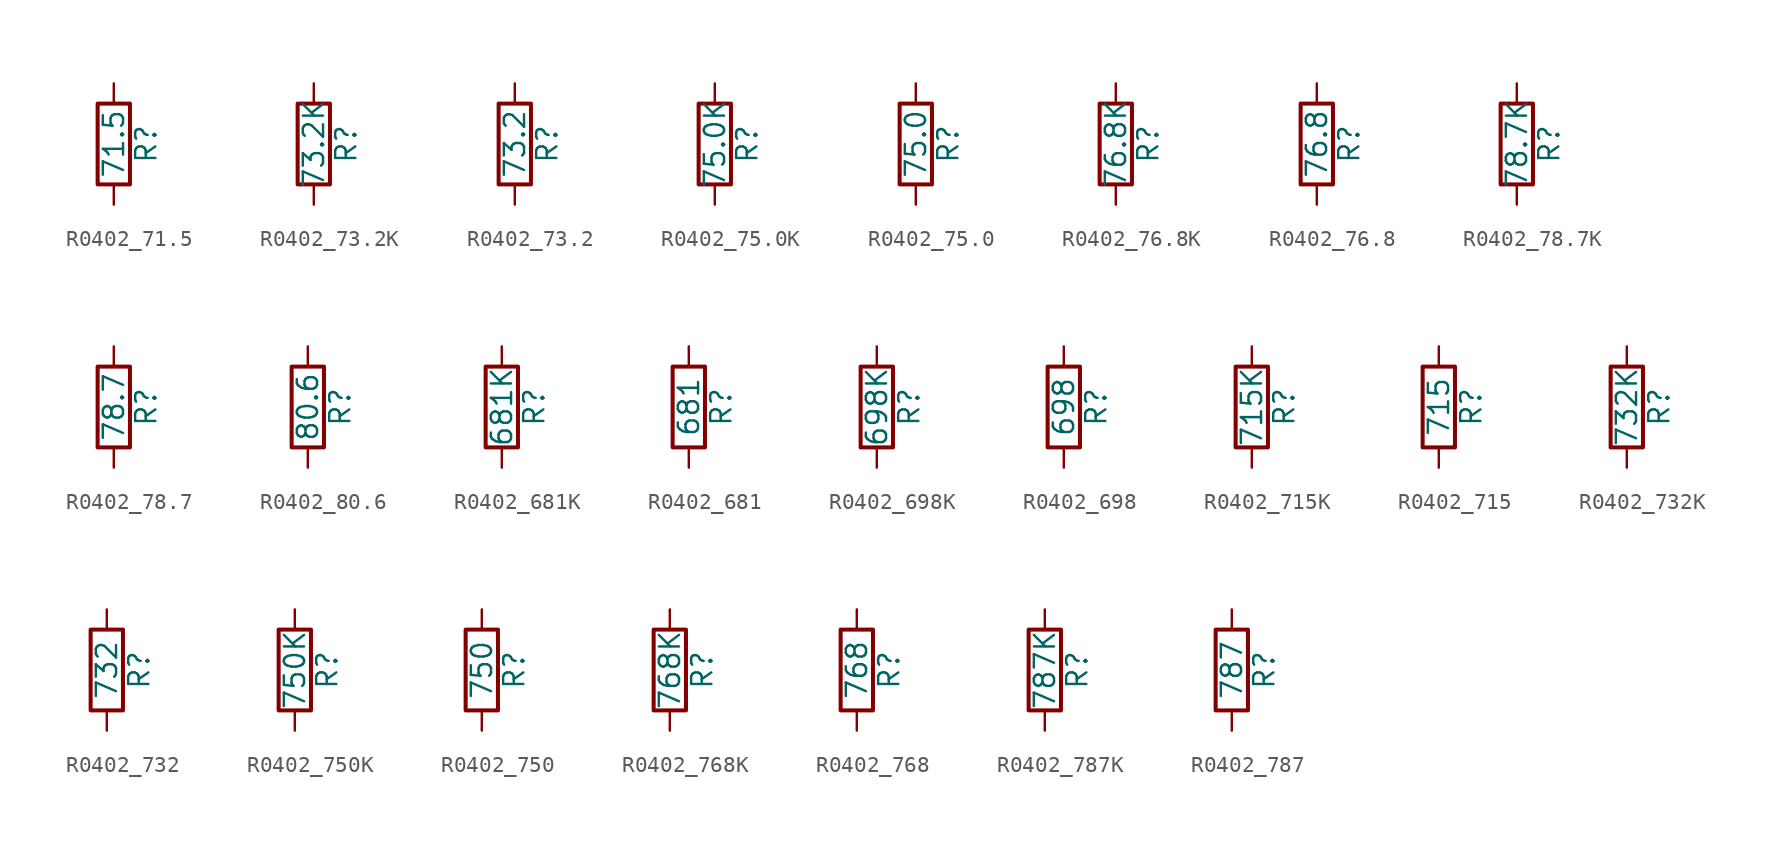
<source format=kicad_sym>
(kicad_symbol_lib
  (version 20211014)
  (generator atlantix-eda)
  (symbol "R0402_71.5"
    (pin_numbers hide)
    (pin_names
      (offset 0))
    (property "Reference" "R"
      (at 2.032 0 90)
      (effects (font (size 1.27 1.27))))
    (property "Value" "71.5"
      (at 0 0 90)
      (effects (font (size 1.27 1.27))))
    (symbol "R0402_71.5_0_1"
      (rectangle (start -1.016 -2.54) (end 1.016 2.54) (stroke (width 0.254) (type default) (color 0 0 0 0)) (fill (type none))))
    (symbol "R0402_71.5_1_1"
      (pin passive line (at 0 3.81 270) (length 1.27) (name "~" (effects (font (size 1.27 1.27)))) (number "1" (effects (font (size 1.27 1.27)))))
      (pin passive line (at 0 -3.81 90) (length 1.27) (name "~" (effects (font (size 1.27 1.27)))) (number "2" (effects (font (size 1.27 1.27)))))))
  (symbol "R0402_73.2K"
    (pin_numbers hide)
    (pin_names
      (offset 0))
    (property "Reference" "R"
      (at 2.032 0 90)
      (effects (font (size 1.27 1.27))))
    (property "Value" "73.2K"
      (at 0 0 90)
      (effects (font (size 1.27 1.27))))
    (symbol "R0402_73.2K_0_1"
      (rectangle (start -1.016 -2.54) (end 1.016 2.54) (stroke (width 0.254) (type default) (color 0 0 0 0)) (fill (type none))))
    (symbol "R0402_73.2K_1_1"
      (pin passive line (at 0 3.81 270) (length 1.27) (name "~" (effects (font (size 1.27 1.27)))) (number "1" (effects (font (size 1.27 1.27)))))
      (pin passive line (at 0 -3.81 90) (length 1.27) (name "~" (effects (font (size 1.27 1.27)))) (number "2" (effects (font (size 1.27 1.27)))))))
  (symbol "R0402_73.2"
    (pin_numbers hide)
    (pin_names
      (offset 0))
    (property "Reference" "R"
      (at 2.032 0 90)
      (effects (font (size 1.27 1.27))))
    (property "Value" "73.2"
      (at 0 0 90)
      (effects (font (size 1.27 1.27))))
    (symbol "R0402_73.2_0_1"
      (rectangle (start -1.016 -2.54) (end 1.016 2.54) (stroke (width 0.254) (type default) (color 0 0 0 0)) (fill (type none))))
    (symbol "R0402_73.2_1_1"
      (pin passive line (at 0 3.81 270) (length 1.27) (name "~" (effects (font (size 1.27 1.27)))) (number "1" (effects (font (size 1.27 1.27)))))
      (pin passive line (at 0 -3.81 90) (length 1.27) (name "~" (effects (font (size 1.27 1.27)))) (number "2" (effects (font (size 1.27 1.27)))))))
  (symbol "R0402_75.0K"
    (pin_numbers hide)
    (pin_names
      (offset 0))
    (property "Reference" "R"
      (at 2.032 0 90)
      (effects (font (size 1.27 1.27))))
    (property "Value" "75.0K"
      (at 0 0 90)
      (effects (font (size 1.27 1.27))))
    (symbol "R0402_75.0K_0_1"
      (rectangle (start -1.016 -2.54) (end 1.016 2.54) (stroke (width 0.254) (type default) (color 0 0 0 0)) (fill (type none))))
    (symbol "R0402_75.0K_1_1"
      (pin passive line (at 0 3.81 270) (length 1.27) (name "~" (effects (font (size 1.27 1.27)))) (number "1" (effects (font (size 1.27 1.27)))))
      (pin passive line (at 0 -3.81 90) (length 1.27) (name "~" (effects (font (size 1.27 1.27)))) (number "2" (effects (font (size 1.27 1.27)))))))
  (symbol "R0402_75.0"
    (pin_numbers hide)
    (pin_names
      (offset 0))
    (property "Reference" "R"
      (at 2.032 0 90)
      (effects (font (size 1.27 1.27))))
    (property "Value" "75.0"
      (at 0 0 90)
      (effects (font (size 1.27 1.27))))
    (symbol "R0402_75.0_0_1"
      (rectangle (start -1.016 -2.54) (end 1.016 2.54) (stroke (width 0.254) (type default) (color 0 0 0 0)) (fill (type none))))
    (symbol "R0402_75.0_1_1"
      (pin passive line (at 0 3.81 270) (length 1.27) (name "~" (effects (font (size 1.27 1.27)))) (number "1" (effects (font (size 1.27 1.27)))))
      (pin passive line (at 0 -3.81 90) (length 1.27) (name "~" (effects (font (size 1.27 1.27)))) (number "2" (effects (font (size 1.27 1.27)))))))
  (symbol "R0402_76.8K"
    (pin_numbers hide)
    (pin_names
      (offset 0))
    (property "Reference" "R"
      (at 2.032 0 90)
      (effects (font (size 1.27 1.27))))
    (property "Value" "76.8K"
      (at 0 0 90)
      (effects (font (size 1.27 1.27))))
    (symbol "R0402_76.8K_0_1"
      (rectangle (start -1.016 -2.54) (end 1.016 2.54) (stroke (width 0.254) (type default) (color 0 0 0 0)) (fill (type none))))
    (symbol "R0402_76.8K_1_1"
      (pin passive line (at 0 3.81 270) (length 1.27) (name "~" (effects (font (size 1.27 1.27)))) (number "1" (effects (font (size 1.27 1.27)))))
      (pin passive line (at 0 -3.81 90) (length 1.27) (name "~" (effects (font (size 1.27 1.27)))) (number "2" (effects (font (size 1.27 1.27)))))))
  (symbol "R0402_76.8"
    (pin_numbers hide)
    (pin_names
      (offset 0))
    (property "Reference" "R"
      (at 2.032 0 90)
      (effects (font (size 1.27 1.27))))
    (property "Value" "76.8"
      (at 0 0 90)
      (effects (font (size 1.27 1.27))))
    (symbol "R0402_76.8_0_1"
      (rectangle (start -1.016 -2.54) (end 1.016 2.54) (stroke (width 0.254) (type default) (color 0 0 0 0)) (fill (type none))))
    (symbol "R0402_76.8_1_1"
      (pin passive line (at 0 3.81 270) (length 1.27) (name "~" (effects (font (size 1.27 1.27)))) (number "1" (effects (font (size 1.27 1.27)))))
      (pin passive line (at 0 -3.81 90) (length 1.27) (name "~" (effects (font (size 1.27 1.27)))) (number "2" (effects (font (size 1.27 1.27)))))))
  (symbol "R0402_78.7K"
    (pin_numbers hide)
    (pin_names
      (offset 0))
    (property "Reference" "R"
      (at 2.032 0 90)
      (effects (font (size 1.27 1.27))))
    (property "Value" "78.7K"
      (at 0 0 90)
      (effects (font (size 1.27 1.27))))
    (symbol "R0402_78.7K_0_1"
      (rectangle (start -1.016 -2.54) (end 1.016 2.54) (stroke (width 0.254) (type default) (color 0 0 0 0)) (fill (type none))))
    (symbol "R0402_78.7K_1_1"
      (pin passive line (at 0 3.81 270) (length 1.27) (name "~" (effects (font (size 1.27 1.27)))) (number "1" (effects (font (size 1.27 1.27)))))
      (pin passive line (at 0 -3.81 90) (length 1.27) (name "~" (effects (font (size 1.27 1.27)))) (number "2" (effects (font (size 1.27 1.27)))))))
  (symbol "R0402_78.7"
    (pin_numbers hide)
    (pin_names
      (offset 0))
    (property "Reference" "R"
      (at 2.032 0 90)
      (effects (font (size 1.27 1.27))))
    (property "Value" "78.7"
      (at 0 0 90)
      (effects (font (size 1.27 1.27))))
    (symbol "R0402_78.7_0_1"
      (rectangle (start -1.016 -2.54) (end 1.016 2.54) (stroke (width 0.254) (type default) (color 0 0 0 0)) (fill (type none))))
    (symbol "R0402_78.7_1_1"
      (pin passive line (at 0 3.81 270) (length 1.27) (name "~" (effects (font (size 1.27 1.27)))) (number "1" (effects (font (size 1.27 1.27)))))
      (pin passive line (at 0 -3.81 90) (length 1.27) (name "~" (effects (font (size 1.27 1.27)))) (number "2" (effects (font (size 1.27 1.27)))))))
  (symbol "R0402_80.6"
    (pin_numbers hide)
    (pin_names
      (offset 0))
    (property "Reference" "R"
      (at 2.032 0 90)
      (effects (font (size 1.27 1.27))))
    (property "Value" "80.6"
      (at 0 0 90)
      (effects (font (size 1.27 1.27))))
    (symbol "R0402_80.6_0_1"
      (rectangle (start -1.016 -2.54) (end 1.016 2.54) (stroke (width 0.254) (type default) (color 0 0 0 0)) (fill (type none))))
    (symbol "R0402_80.6_1_1"
      (pin passive line (at 0 3.81 270) (length 1.27) (name "~" (effects (font (size 1.27 1.27)))) (number "1" (effects (font (size 1.27 1.27)))))
      (pin passive line (at 0 -3.81 90) (length 1.27) (name "~" (effects (font (size 1.27 1.27)))) (number "2" (effects (font (size 1.27 1.27)))))))
  (symbol "R0402_681K"
    (pin_numbers hide)
    (pin_names
      (offset 0))
    (property "Reference" "R"
      (at 2.032 0 90)
      (effects (font (size 1.27 1.27))))
    (property "Value" "681K"
      (at 0 0 90)
      (effects (font (size 1.27 1.27))))
    (symbol "R0402_681K_0_1"
      (rectangle (start -1.016 -2.54) (end 1.016 2.54) (stroke (width 0.254) (type default) (color 0 0 0 0)) (fill (type none))))
    (symbol "R0402_681K_1_1"
      (pin passive line (at 0 3.81 270) (length 1.27) (name "~" (effects (font (size 1.27 1.27)))) (number "1" (effects (font (size 1.27 1.27)))))
      (pin passive line (at 0 -3.81 90) (length 1.27) (name "~" (effects (font (size 1.27 1.27)))) (number "2" (effects (font (size 1.27 1.27)))))))
  (symbol "R0402_681"
    (pin_numbers hide)
    (pin_names
      (offset 0))
    (property "Reference" "R"
      (at 2.032 0 90)
      (effects (font (size 1.27 1.27))))
    (property "Value" "681"
      (at 0 0 90)
      (effects (font (size 1.27 1.27))))
    (symbol "R0402_681_0_1"
      (rectangle (start -1.016 -2.54) (end 1.016 2.54) (stroke (width 0.254) (type default) (color 0 0 0 0)) (fill (type none))))
    (symbol "R0402_681_1_1"
      (pin passive line (at 0 3.81 270) (length 1.27) (name "~" (effects (font (size 1.27 1.27)))) (number "1" (effects (font (size 1.27 1.27)))))
      (pin passive line (at 0 -3.81 90) (length 1.27) (name "~" (effects (font (size 1.27 1.27)))) (number "2" (effects (font (size 1.27 1.27)))))))
  (symbol "R0402_698K"
    (pin_numbers hide)
    (pin_names
      (offset 0))
    (property "Reference" "R"
      (at 2.032 0 90)
      (effects (font (size 1.27 1.27))))
    (property "Value" "698K"
      (at 0 0 90)
      (effects (font (size 1.27 1.27))))
    (symbol "R0402_698K_0_1"
      (rectangle (start -1.016 -2.54) (end 1.016 2.54) (stroke (width 0.254) (type default) (color 0 0 0 0)) (fill (type none))))
    (symbol "R0402_698K_1_1"
      (pin passive line (at 0 3.81 270) (length 1.27) (name "~" (effects (font (size 1.27 1.27)))) (number "1" (effects (font (size 1.27 1.27)))))
      (pin passive line (at 0 -3.81 90) (length 1.27) (name "~" (effects (font (size 1.27 1.27)))) (number "2" (effects (font (size 1.27 1.27)))))))
  (symbol "R0402_698"
    (pin_numbers hide)
    (pin_names
      (offset 0))
    (property "Reference" "R"
      (at 2.032 0 90)
      (effects (font (size 1.27 1.27))))
    (property "Value" "698"
      (at 0 0 90)
      (effects (font (size 1.27 1.27))))
    (symbol "R0402_698_0_1"
      (rectangle (start -1.016 -2.54) (end 1.016 2.54) (stroke (width 0.254) (type default) (color 0 0 0 0)) (fill (type none))))
    (symbol "R0402_698_1_1"
      (pin passive line (at 0 3.81 270) (length 1.27) (name "~" (effects (font (size 1.27 1.27)))) (number "1" (effects (font (size 1.27 1.27)))))
      (pin passive line (at 0 -3.81 90) (length 1.27) (name "~" (effects (font (size 1.27 1.27)))) (number "2" (effects (font (size 1.27 1.27)))))))
  (symbol "R0402_715K"
    (pin_numbers hide)
    (pin_names
      (offset 0))
    (property "Reference" "R"
      (at 2.032 0 90)
      (effects (font (size 1.27 1.27))))
    (property "Value" "715K"
      (at 0 0 90)
      (effects (font (size 1.27 1.27))))
    (symbol "R0402_715K_0_1"
      (rectangle (start -1.016 -2.54) (end 1.016 2.54) (stroke (width 0.254) (type default) (color 0 0 0 0)) (fill (type none))))
    (symbol "R0402_715K_1_1"
      (pin passive line (at 0 3.81 270) (length 1.27) (name "~" (effects (font (size 1.27 1.27)))) (number "1" (effects (font (size 1.27 1.27)))))
      (pin passive line (at 0 -3.81 90) (length 1.27) (name "~" (effects (font (size 1.27 1.27)))) (number "2" (effects (font (size 1.27 1.27)))))))
  (symbol "R0402_715"
    (pin_numbers hide)
    (pin_names
      (offset 0))
    (property "Reference" "R"
      (at 2.032 0 90)
      (effects (font (size 1.27 1.27))))
    (property "Value" "715"
      (at 0 0 90)
      (effects (font (size 1.27 1.27))))
    (symbol "R0402_715_0_1"
      (rectangle (start -1.016 -2.54) (end 1.016 2.54) (stroke (width 0.254) (type default) (color 0 0 0 0)) (fill (type none))))
    (symbol "R0402_715_1_1"
      (pin passive line (at 0 3.81 270) (length 1.27) (name "~" (effects (font (size 1.27 1.27)))) (number "1" (effects (font (size 1.27 1.27)))))
      (pin passive line (at 0 -3.81 90) (length 1.27) (name "~" (effects (font (size 1.27 1.27)))) (number "2" (effects (font (size 1.27 1.27)))))))
  (symbol "R0402_732K"
    (pin_numbers hide)
    (pin_names
      (offset 0))
    (property "Reference" "R"
      (at 2.032 0 90)
      (effects (font (size 1.27 1.27))))
    (property "Value" "732K"
      (at 0 0 90)
      (effects (font (size 1.27 1.27))))
    (symbol "R0402_732K_0_1"
      (rectangle (start -1.016 -2.54) (end 1.016 2.54) (stroke (width 0.254) (type default) (color 0 0 0 0)) (fill (type none))))
    (symbol "R0402_732K_1_1"
      (pin passive line (at 0 3.81 270) (length 1.27) (name "~" (effects (font (size 1.27 1.27)))) (number "1" (effects (font (size 1.27 1.27)))))
      (pin passive line (at 0 -3.81 90) (length 1.27) (name "~" (effects (font (size 1.27 1.27)))) (number "2" (effects (font (size 1.27 1.27)))))))
  (symbol "R0402_732"
    (pin_numbers hide)
    (pin_names
      (offset 0))
    (property "Reference" "R"
      (at 2.032 0 90)
      (effects (font (size 1.27 1.27))))
    (property "Value" "732"
      (at 0 0 90)
      (effects (font (size 1.27 1.27))))
    (symbol "R0402_732_0_1"
      (rectangle (start -1.016 -2.54) (end 1.016 2.54) (stroke (width 0.254) (type default) (color 0 0 0 0)) (fill (type none))))
    (symbol "R0402_732_1_1"
      (pin passive line (at 0 3.81 270) (length 1.27) (name "~" (effects (font (size 1.27 1.27)))) (number "1" (effects (font (size 1.27 1.27)))))
      (pin passive line (at 0 -3.81 90) (length 1.27) (name "~" (effects (font (size 1.27 1.27)))) (number "2" (effects (font (size 1.27 1.27)))))))
  (symbol "R0402_750K"
    (pin_numbers hide)
    (pin_names
      (offset 0))
    (property "Reference" "R"
      (at 2.032 0 90)
      (effects (font (size 1.27 1.27))))
    (property "Value" "750K"
      (at 0 0 90)
      (effects (font (size 1.27 1.27))))
    (symbol "R0402_750K_0_1"
      (rectangle (start -1.016 -2.54) (end 1.016 2.54) (stroke (width 0.254) (type default) (color 0 0 0 0)) (fill (type none))))
    (symbol "R0402_750K_1_1"
      (pin passive line (at 0 3.81 270) (length 1.27) (name "~" (effects (font (size 1.27 1.27)))) (number "1" (effects (font (size 1.27 1.27)))))
      (pin passive line (at 0 -3.81 90) (length 1.27) (name "~" (effects (font (size 1.27 1.27)))) (number "2" (effects (font (size 1.27 1.27)))))))
  (symbol "R0402_750"
    (pin_numbers hide)
    (pin_names
      (offset 0))
    (property "Reference" "R"
      (at 2.032 0 90)
      (effects (font (size 1.27 1.27))))
    (property "Value" "750"
      (at 0 0 90)
      (effects (font (size 1.27 1.27))))
    (symbol "R0402_750_0_1"
      (rectangle (start -1.016 -2.54) (end 1.016 2.54) (stroke (width 0.254) (type default) (color 0 0 0 0)) (fill (type none))))
    (symbol "R0402_750_1_1"
      (pin passive line (at 0 3.81 270) (length 1.27) (name "~" (effects (font (size 1.27 1.27)))) (number "1" (effects (font (size 1.27 1.27)))))
      (pin passive line (at 0 -3.81 90) (length 1.27) (name "~" (effects (font (size 1.27 1.27)))) (number "2" (effects (font (size 1.27 1.27)))))))
  (symbol "R0402_768K"
    (pin_numbers hide)
    (pin_names
      (offset 0))
    (property "Reference" "R"
      (at 2.032 0 90)
      (effects (font (size 1.27 1.27))))
    (property "Value" "768K"
      (at 0 0 90)
      (effects (font (size 1.27 1.27))))
    (symbol "R0402_768K_0_1"
      (rectangle (start -1.016 -2.54) (end 1.016 2.54) (stroke (width 0.254) (type default) (color 0 0 0 0)) (fill (type none))))
    (symbol "R0402_768K_1_1"
      (pin passive line (at 0 3.81 270) (length 1.27) (name "~" (effects (font (size 1.27 1.27)))) (number "1" (effects (font (size 1.27 1.27)))))
      (pin passive line (at 0 -3.81 90) (length 1.27) (name "~" (effects (font (size 1.27 1.27)))) (number "2" (effects (font (size 1.27 1.27)))))))
  (symbol "R0402_768"
    (pin_numbers hide)
    (pin_names
      (offset 0))
    (property "Reference" "R"
      (at 2.032 0 90)
      (effects (font (size 1.27 1.27))))
    (property "Value" "768"
      (at 0 0 90)
      (effects (font (size 1.27 1.27))))
    (symbol "R0402_768_0_1"
      (rectangle (start -1.016 -2.54) (end 1.016 2.54) (stroke (width 0.254) (type default) (color 0 0 0 0)) (fill (type none))))
    (symbol "R0402_768_1_1"
      (pin passive line (at 0 3.81 270) (length 1.27) (name "~" (effects (font (size 1.27 1.27)))) (number "1" (effects (font (size 1.27 1.27)))))
      (pin passive line (at 0 -3.81 90) (length 1.27) (name "~" (effects (font (size 1.27 1.27)))) (number "2" (effects (font (size 1.27 1.27)))))))
  (symbol "R0402_787K"
    (pin_numbers hide)
    (pin_names
      (offset 0))
    (property "Reference" "R"
      (at 2.032 0 90)
      (effects (font (size 1.27 1.27))))
    (property "Value" "787K"
      (at 0 0 90)
      (effects (font (size 1.27 1.27))))
    (symbol "R0402_787K_0_1"
      (rectangle (start -1.016 -2.54) (end 1.016 2.54) (stroke (width 0.254) (type default) (color 0 0 0 0)) (fill (type none))))
    (symbol "R0402_787K_1_1"
      (pin passive line (at 0 3.81 270) (length 1.27) (name "~" (effects (font (size 1.27 1.27)))) (number "1" (effects (font (size 1.27 1.27)))))
      (pin passive line (at 0 -3.81 90) (length 1.27) (name "~" (effects (font (size 1.27 1.27)))) (number "2" (effects (font (size 1.27 1.27)))))))
  (symbol "R0402_787"
    (pin_numbers hide)
    (pin_names
      (offset 0))
    (property "Reference" "R"
      (at 2.032 0 90)
      (effects (font (size 1.27 1.27))))
    (property "Value" "787"
      (at 0 0 90)
      (effects (font (size 1.27 1.27))))
    (symbol "R0402_787_0_1"
      (rectangle (start -1.016 -2.54) (end 1.016 2.54) (stroke (width 0.254) (type default) (color 0 0 0 0)) (fill (type none))))
    (symbol "R0402_787_1_1"
      (pin passive line (at 0 3.81 270) (length 1.27) (name "~" (effects (font (size 1.27 1.27)))) (number "1" (effects (font (size 1.27 1.27)))))
      (pin passive line (at 0 -3.81 90) (length 1.27) (name "~" (effects (font (size 1.27 1.27)))) (number "2" (effects (font (size 1.27 1.27))))))))
</source>
